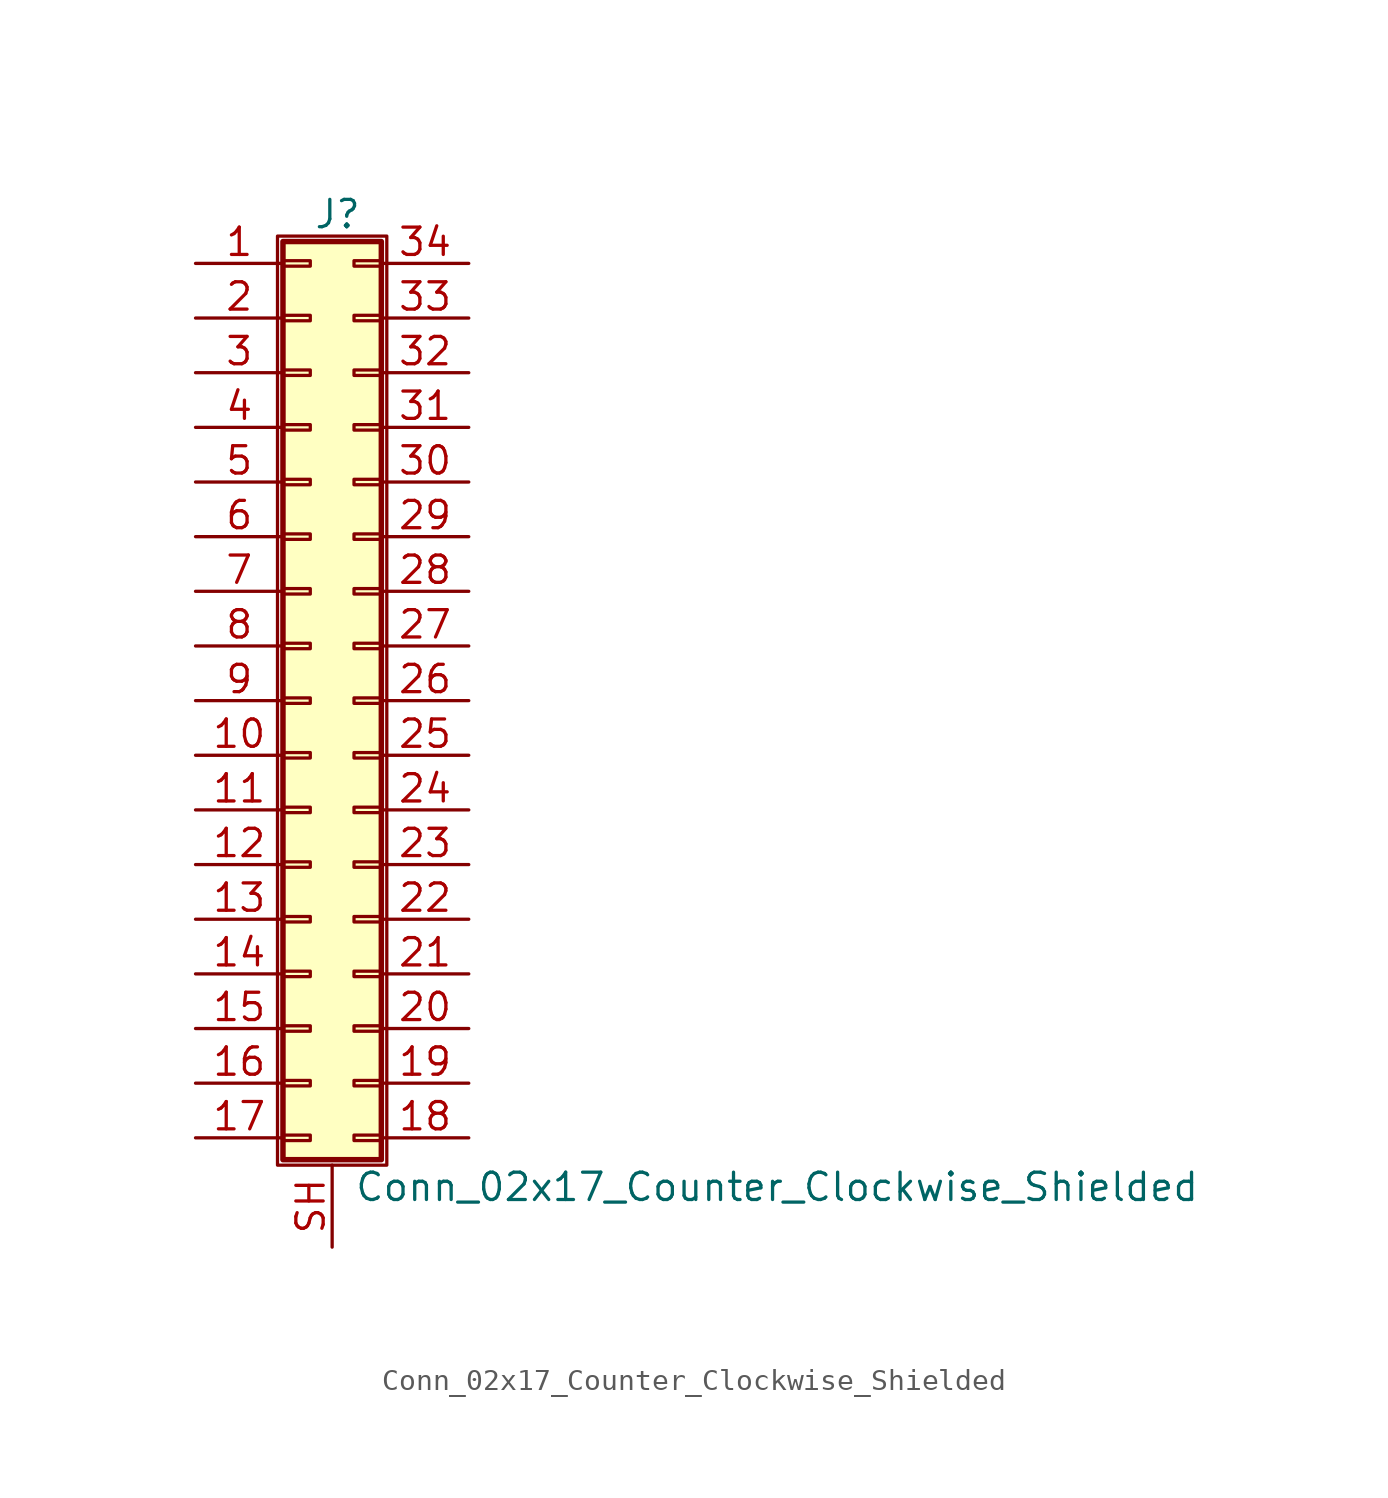
<source format=kicad_sym>
(kicad_symbol_lib
  (version 20220914)
  (generator kicad_symbol_editor)
  (symbol "Conn_02x17_Counter_Clockwise_Shielded"
    (pin_names
      (offset 1.016) hide)
    (property "Reference" "J"
      (at 1.524 22.606 0)
      (effects (font (size 1.27 1.27))))
    (property "Value" "Conn_02x17_Counter_Clockwise_Shielded"
      (at 2.286 -22.606 0)
      (effects (font (size 1.27 1.27)) (justify left)))
    (symbol "Conn_02x17_Counter_Clockwise_Shielded_1_1"
      (rectangle (start -1.27 21.59) (end 3.81 -21.59) (stroke (width 0.152) (type default)) (fill (type none)))
      (rectangle (start -1.016 -20.193) (end 0.254 -20.447) (stroke (width 0.152) (type default)) (fill (type none)))
      (rectangle (start -1.016 -17.653) (end 0.254 -17.907) (stroke (width 0.152) (type default)) (fill (type none)))
      (rectangle (start -1.016 -15.113) (end 0.254 -15.367) (stroke (width 0.152) (type default)) (fill (type none)))
      (rectangle (start -1.016 -12.573) (end 0.254 -12.827) (stroke (width 0.152) (type default)) (fill (type none)))
      (rectangle (start -1.016 -10.033) (end 0.254 -10.287) (stroke (width 0.152) (type default)) (fill (type none)))
      (rectangle (start -1.016 -7.493) (end 0.254 -7.747) (stroke (width 0.152) (type default)) (fill (type none)))
      (rectangle (start -1.016 -4.953) (end 0.254 -5.207) (stroke (width 0.152) (type default)) (fill (type none)))
      (rectangle (start -1.016 -2.413) (end 0.254 -2.667) (stroke (width 0.152) (type default)) (fill (type none)))
      (rectangle (start -1.016 0.127) (end 0.254 -0.127) (stroke (width 0.152) (type default)) (fill (type none)))
      (rectangle (start -1.016 2.667) (end 0.254 2.413) (stroke (width 0.152) (type default)) (fill (type none)))
      (rectangle (start -1.016 5.207) (end 0.254 4.953) (stroke (width 0.152) (type default)) (fill (type none)))
      (rectangle (start -1.016 7.747) (end 0.254 7.493) (stroke (width 0.152) (type default)) (fill (type none)))
      (rectangle (start -1.016 10.287) (end 0.254 10.033) (stroke (width 0.152) (type default)) (fill (type none)))
      (rectangle (start -1.016 12.827) (end 0.254 12.573) (stroke (width 0.152) (type default)) (fill (type none)))
      (rectangle (start -1.016 15.367) (end 0.254 15.113) (stroke (width 0.152) (type default)) (fill (type none)))
      (rectangle (start -1.016 17.907) (end 0.254 17.653) (stroke (width 0.152) (type default)) (fill (type none)))
      (rectangle (start -1.016 20.447) (end 0.254 20.193) (stroke (width 0.152) (type default)) (fill (type none)))
      (rectangle (start -1.016 21.336) (end 3.556 -21.336) (stroke (width 0.254) (type default)) (fill (type background)))
      (rectangle (start 3.556 -20.193) (end 2.286 -20.447) (stroke (width 0.152) (type default)) (fill (type none)))
      (rectangle (start 3.556 -17.653) (end 2.286 -17.907) (stroke (width 0.152) (type default)) (fill (type none)))
      (rectangle (start 3.556 -15.113) (end 2.286 -15.367) (stroke (width 0.152) (type default)) (fill (type none)))
      (rectangle (start 3.556 -12.573) (end 2.286 -12.827) (stroke (width 0.152) (type default)) (fill (type none)))
      (rectangle (start 3.556 -10.033) (end 2.286 -10.287) (stroke (width 0.152) (type default)) (fill (type none)))
      (rectangle (start 3.556 -7.493) (end 2.286 -7.747) (stroke (width 0.152) (type default)) (fill (type none)))
      (rectangle (start 3.556 -4.953) (end 2.286 -5.207) (stroke (width 0.152) (type default)) (fill (type none)))
      (rectangle (start 3.556 -2.413) (end 2.286 -2.667) (stroke (width 0.152) (type default)) (fill (type none)))
      (rectangle (start 3.556 0.127) (end 2.286 -0.127) (stroke (width 0.152) (type default)) (fill (type none)))
      (rectangle (start 3.556 2.667) (end 2.286 2.413) (stroke (width 0.152) (type default)) (fill (type none)))
      (rectangle (start 3.556 5.207) (end 2.286 4.953) (stroke (width 0.152) (type default)) (fill (type none)))
      (rectangle (start 3.556 7.747) (end 2.286 7.493) (stroke (width 0.152) (type default)) (fill (type none)))
      (rectangle (start 3.556 10.287) (end 2.286 10.033) (stroke (width 0.152) (type default)) (fill (type none)))
      (rectangle (start 3.556 12.827) (end 2.286 12.573) (stroke (width 0.152) (type default)) (fill (type none)))
      (rectangle (start 3.556 15.367) (end 2.286 15.113) (stroke (width 0.152) (type default)) (fill (type none)))
      (rectangle (start 3.556 17.907) (end 2.286 17.653) (stroke (width 0.152) (type default)) (fill (type none)))
      (rectangle (start 3.556 20.447) (end 2.286 20.193) (stroke (width 0.152) (type default)) (fill (type none)))
      (pin passive line (at -5.08 20.32 0) (length 4.064) (name "Pin_1" (effects (font (size 1.27 1.27)))) (number "1" (effects (font (size 1.27 1.27)))))
      (pin passive line (at -5.08 -2.54 0) (length 4.064) (name "Pin_10" (effects (font (size 1.27 1.27)))) (number "10" (effects (font (size 1.27 1.27)))))
      (pin passive line (at -5.08 -5.08 0) (length 4.064) (name "Pin_11" (effects (font (size 1.27 1.27)))) (number "11" (effects (font (size 1.27 1.27)))))
      (pin passive line (at -5.08 -7.62 0) (length 4.064) (name "Pin_12" (effects (font (size 1.27 1.27)))) (number "12" (effects (font (size 1.27 1.27)))))
      (pin passive line (at -5.08 -10.16 0) (length 4.064) (name "Pin_13" (effects (font (size 1.27 1.27)))) (number "13" (effects (font (size 1.27 1.27)))))
      (pin passive line (at -5.08 -12.7 0) (length 4.064) (name "Pin_14" (effects (font (size 1.27 1.27)))) (number "14" (effects (font (size 1.27 1.27)))))
      (pin passive line (at -5.08 -15.24 0) (length 4.064) (name "Pin_15" (effects (font (size 1.27 1.27)))) (number "15" (effects (font (size 1.27 1.27)))))
      (pin passive line (at -5.08 -17.78 0) (length 4.064) (name "Pin_16" (effects (font (size 1.27 1.27)))) (number "16" (effects (font (size 1.27 1.27)))))
      (pin passive line (at -5.08 -20.32 0) (length 4.064) (name "Pin_17" (effects (font (size 1.27 1.27)))) (number "17" (effects (font (size 1.27 1.27)))))
      (pin passive line (at 7.62 -20.32 180) (length 4.064) (name "Pin_18" (effects (font (size 1.27 1.27)))) (number "18" (effects (font (size 1.27 1.27)))))
      (pin passive line (at 7.62 -17.78 180) (length 4.064) (name "Pin_19" (effects (font (size 1.27 1.27)))) (number "19" (effects (font (size 1.27 1.27)))))
      (pin passive line (at -5.08 17.78 0) (length 4.064) (name "Pin_2" (effects (font (size 1.27 1.27)))) (number "2" (effects (font (size 1.27 1.27)))))
      (pin passive line (at 7.62 -15.24 180) (length 4.064) (name "Pin_20" (effects (font (size 1.27 1.27)))) (number "20" (effects (font (size 1.27 1.27)))))
      (pin passive line (at 7.62 -12.7 180) (length 4.064) (name "Pin_21" (effects (font (size 1.27 1.27)))) (number "21" (effects (font (size 1.27 1.27)))))
      (pin passive line (at 7.62 -10.16 180) (length 4.064) (name "Pin_22" (effects (font (size 1.27 1.27)))) (number "22" (effects (font (size 1.27 1.27)))))
      (pin passive line (at 7.62 -7.62 180) (length 4.064) (name "Pin_23" (effects (font (size 1.27 1.27)))) (number "23" (effects (font (size 1.27 1.27)))))
      (pin passive line (at 7.62 -5.08 180) (length 4.064) (name "Pin_24" (effects (font (size 1.27 1.27)))) (number "24" (effects (font (size 1.27 1.27)))))
      (pin passive line (at 7.62 -2.54 180) (length 4.064) (name "Pin_25" (effects (font (size 1.27 1.27)))) (number "25" (effects (font (size 1.27 1.27)))))
      (pin passive line (at 7.62 0 180) (length 4.064) (name "Pin_26" (effects (font (size 1.27 1.27)))) (number "26" (effects (font (size 1.27 1.27)))))
      (pin passive line (at 7.62 2.54 180) (length 4.064) (name "Pin_27" (effects (font (size 1.27 1.27)))) (number "27" (effects (font (size 1.27 1.27)))))
      (pin passive line (at 7.62 5.08 180) (length 4.064) (name "Pin_28" (effects (font (size 1.27 1.27)))) (number "28" (effects (font (size 1.27 1.27)))))
      (pin passive line (at 7.62 7.62 180) (length 4.064) (name "Pin_29" (effects (font (size 1.27 1.27)))) (number "29" (effects (font (size 1.27 1.27)))))
      (pin passive line (at -5.08 15.24 0) (length 4.064) (name "Pin_3" (effects (font (size 1.27 1.27)))) (number "3" (effects (font (size 1.27 1.27)))))
      (pin passive line (at 7.62 10.16 180) (length 4.064) (name "Pin_30" (effects (font (size 1.27 1.27)))) (number "30" (effects (font (size 1.27 1.27)))))
      (pin passive line (at 7.62 12.7 180) (length 4.064) (name "Pin_31" (effects (font (size 1.27 1.27)))) (number "31" (effects (font (size 1.27 1.27)))))
      (pin passive line (at 7.62 15.24 180) (length 4.064) (name "Pin_32" (effects (font (size 1.27 1.27)))) (number "32" (effects (font (size 1.27 1.27)))))
      (pin passive line (at 7.62 17.78 180) (length 4.064) (name "Pin_33" (effects (font (size 1.27 1.27)))) (number "33" (effects (font (size 1.27 1.27)))))
      (pin passive line (at 7.62 20.32 180) (length 4.064) (name "Pin_34" (effects (font (size 1.27 1.27)))) (number "34" (effects (font (size 1.27 1.27)))))
      (pin passive line (at -5.08 12.7 0) (length 4.064) (name "Pin_4" (effects (font (size 1.27 1.27)))) (number "4" (effects (font (size 1.27 1.27)))))
      (pin passive line (at -5.08 10.16 0) (length 4.064) (name "Pin_5" (effects (font (size 1.27 1.27)))) (number "5" (effects (font (size 1.27 1.27)))))
      (pin passive line (at -5.08 7.62 0) (length 4.064) (name "Pin_6" (effects (font (size 1.27 1.27)))) (number "6" (effects (font (size 1.27 1.27)))))
      (pin passive line (at -5.08 5.08 0) (length 4.064) (name "Pin_7" (effects (font (size 1.27 1.27)))) (number "7" (effects (font (size 1.27 1.27)))))
      (pin passive line (at -5.08 2.54 0) (length 4.064) (name "Pin_8" (effects (font (size 1.27 1.27)))) (number "8" (effects (font (size 1.27 1.27)))))
      (pin passive line (at -5.08 0 0) (length 4.064) (name "Pin_9" (effects (font (size 1.27 1.27)))) (number "9" (effects (font (size 1.27 1.27)))))
      (pin passive line (at 1.27 -25.4 90) (length 3.81) (name "Shield" (effects (font (size 1.27 1.27)))) (number "SH" (effects (font (size 1.27 1.27))))))))
</source>
